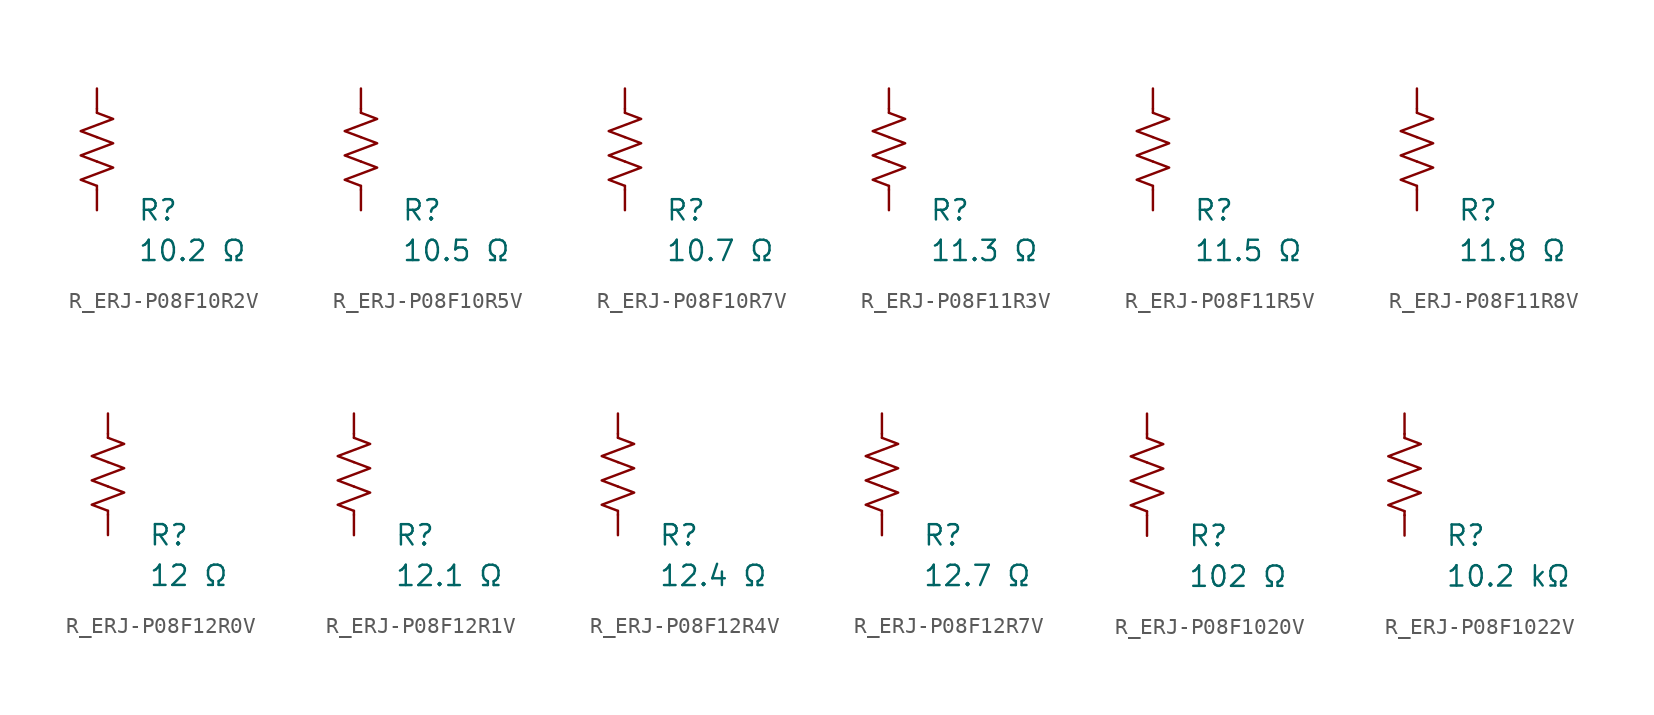
<source format=kicad_sym>
(kicad_symbol_lib
  (version 20231120)
  (generator "kicad_symbol_editor")
  (generator_version "8.0")
  (symbol "R_ERJ-P08F10R2V"
    (pin_numbers hide)
    (pin_names
      (offset 0))
    (property "Reference" "R"
      (at 2.54 -3.81 0)
      (effects (font (size 1.27 1.27)) (justify left))
      (show_name no))
    (property "Value" "10.2 Ω"
      (at 2.54 -6.35 0)
      (effects (font (size 1.27 1.27)) (justify left))
      (show_name no))
    (symbol "R_ERJ-P08F10R2V_0_1"
      (polyline (pts (xy 0 -2.286) (xy 0 -2.54)) (stroke (width 0) (type default)) (fill (type none)))
      (polyline (pts (xy 0 2.286) (xy 0 2.54)) (stroke (width 0) (type default)) (fill (type none)))
      (polyline (pts (xy 0 -0.762) (xy 1.016 -1.143) (xy 0 -1.524) (xy -1.016 -1.905) (xy 0 -2.286)) (stroke (width 0) (type default)) (fill (type none)))
      (polyline (pts (xy 0 0.762) (xy 1.016 0.381) (xy 0 0) (xy -1.016 -0.381) (xy 0 -0.762)) (stroke (width 0) (type default)) (fill (type none)))
      (polyline (pts (xy 0 2.286) (xy 1.016 1.905) (xy 0 1.524) (xy -1.016 1.143) (xy 0 0.762)) (stroke (width 0) (type default)) (fill (type none))))
    (symbol "R_ERJ-P08F10R2V_1_1"
      (pin passive line (at 0 3.81 270) (length 1.27) (name "~" (effects (font (size 1.27 1.27)))) (number "1" (effects (font (size 1.27 1.27)))))
      (pin passive line (at 0 -3.81 90) (length 1.27) (name "~" (effects (font (size 1.27 1.27)))) (number "2" (effects (font (size 1.27 1.27)))))))
  (symbol "R_ERJ-P08F10R5V"
    (pin_numbers hide)
    (pin_names
      (offset 0))
    (property "Reference" "R"
      (at 2.54 -3.81 0)
      (effects (font (size 1.27 1.27)) (justify left))
      (show_name no))
    (property "Value" "10.5 Ω"
      (at 2.54 -6.35 0)
      (effects (font (size 1.27 1.27)) (justify left))
      (show_name no))
    (symbol "R_ERJ-P08F10R5V_0_1"
      (polyline (pts (xy 0 -2.286) (xy 0 -2.54)) (stroke (width 0) (type default)) (fill (type none)))
      (polyline (pts (xy 0 2.286) (xy 0 2.54)) (stroke (width 0) (type default)) (fill (type none)))
      (polyline (pts (xy 0 -0.762) (xy 1.016 -1.143) (xy 0 -1.524) (xy -1.016 -1.905) (xy 0 -2.286)) (stroke (width 0) (type default)) (fill (type none)))
      (polyline (pts (xy 0 0.762) (xy 1.016 0.381) (xy 0 0) (xy -1.016 -0.381) (xy 0 -0.762)) (stroke (width 0) (type default)) (fill (type none)))
      (polyline (pts (xy 0 2.286) (xy 1.016 1.905) (xy 0 1.524) (xy -1.016 1.143) (xy 0 0.762)) (stroke (width 0) (type default)) (fill (type none))))
    (symbol "R_ERJ-P08F10R5V_1_1"
      (pin passive line (at 0 3.81 270) (length 1.27) (name "~" (effects (font (size 1.27 1.27)))) (number "1" (effects (font (size 1.27 1.27)))))
      (pin passive line (at 0 -3.81 90) (length 1.27) (name "~" (effects (font (size 1.27 1.27)))) (number "2" (effects (font (size 1.27 1.27)))))))
  (symbol "R_ERJ-P08F10R7V"
    (pin_numbers hide)
    (pin_names
      (offset 0))
    (property "Reference" "R"
      (at 2.54 -3.81 0)
      (effects (font (size 1.27 1.27)) (justify left))
      (show_name no))
    (property "Value" "10.7 Ω"
      (at 2.54 -6.35 0)
      (effects (font (size 1.27 1.27)) (justify left))
      (show_name no))
    (symbol "R_ERJ-P08F10R7V_0_1"
      (polyline (pts (xy 0 -2.286) (xy 0 -2.54)) (stroke (width 0) (type default)) (fill (type none)))
      (polyline (pts (xy 0 2.286) (xy 0 2.54)) (stroke (width 0) (type default)) (fill (type none)))
      (polyline (pts (xy 0 -0.762) (xy 1.016 -1.143) (xy 0 -1.524) (xy -1.016 -1.905) (xy 0 -2.286)) (stroke (width 0) (type default)) (fill (type none)))
      (polyline (pts (xy 0 0.762) (xy 1.016 0.381) (xy 0 0) (xy -1.016 -0.381) (xy 0 -0.762)) (stroke (width 0) (type default)) (fill (type none)))
      (polyline (pts (xy 0 2.286) (xy 1.016 1.905) (xy 0 1.524) (xy -1.016 1.143) (xy 0 0.762)) (stroke (width 0) (type default)) (fill (type none))))
    (symbol "R_ERJ-P08F10R7V_1_1"
      (pin passive line (at 0 3.81 270) (length 1.27) (name "~" (effects (font (size 1.27 1.27)))) (number "1" (effects (font (size 1.27 1.27)))))
      (pin passive line (at 0 -3.81 90) (length 1.27) (name "~" (effects (font (size 1.27 1.27)))) (number "2" (effects (font (size 1.27 1.27)))))))
  (symbol "R_ERJ-P08F11R3V"
    (pin_numbers hide)
    (pin_names
      (offset 0))
    (property "Reference" "R"
      (at 2.54 -3.81 0)
      (effects (font (size 1.27 1.27)) (justify left))
      (show_name no))
    (property "Value" "11.3 Ω"
      (at 2.54 -6.35 0)
      (effects (font (size 1.27 1.27)) (justify left))
      (show_name no))
    (symbol "R_ERJ-P08F11R3V_0_1"
      (polyline (pts (xy 0 -2.286) (xy 0 -2.54)) (stroke (width 0) (type default)) (fill (type none)))
      (polyline (pts (xy 0 2.286) (xy 0 2.54)) (stroke (width 0) (type default)) (fill (type none)))
      (polyline (pts (xy 0 -0.762) (xy 1.016 -1.143) (xy 0 -1.524) (xy -1.016 -1.905) (xy 0 -2.286)) (stroke (width 0) (type default)) (fill (type none)))
      (polyline (pts (xy 0 0.762) (xy 1.016 0.381) (xy 0 0) (xy -1.016 -0.381) (xy 0 -0.762)) (stroke (width 0) (type default)) (fill (type none)))
      (polyline (pts (xy 0 2.286) (xy 1.016 1.905) (xy 0 1.524) (xy -1.016 1.143) (xy 0 0.762)) (stroke (width 0) (type default)) (fill (type none))))
    (symbol "R_ERJ-P08F11R3V_1_1"
      (pin passive line (at 0 3.81 270) (length 1.27) (name "~" (effects (font (size 1.27 1.27)))) (number "1" (effects (font (size 1.27 1.27)))))
      (pin passive line (at 0 -3.81 90) (length 1.27) (name "~" (effects (font (size 1.27 1.27)))) (number "2" (effects (font (size 1.27 1.27)))))))
  (symbol "R_ERJ-P08F11R5V"
    (pin_numbers hide)
    (pin_names
      (offset 0))
    (property "Reference" "R"
      (at 2.54 -3.81 0)
      (effects (font (size 1.27 1.27)) (justify left))
      (show_name no))
    (property "Value" "11.5 Ω"
      (at 2.54 -6.35 0)
      (effects (font (size 1.27 1.27)) (justify left))
      (show_name no))
    (symbol "R_ERJ-P08F11R5V_0_1"
      (polyline (pts (xy 0 -2.286) (xy 0 -2.54)) (stroke (width 0) (type default)) (fill (type none)))
      (polyline (pts (xy 0 2.286) (xy 0 2.54)) (stroke (width 0) (type default)) (fill (type none)))
      (polyline (pts (xy 0 -0.762) (xy 1.016 -1.143) (xy 0 -1.524) (xy -1.016 -1.905) (xy 0 -2.286)) (stroke (width 0) (type default)) (fill (type none)))
      (polyline (pts (xy 0 0.762) (xy 1.016 0.381) (xy 0 0) (xy -1.016 -0.381) (xy 0 -0.762)) (stroke (width 0) (type default)) (fill (type none)))
      (polyline (pts (xy 0 2.286) (xy 1.016 1.905) (xy 0 1.524) (xy -1.016 1.143) (xy 0 0.762)) (stroke (width 0) (type default)) (fill (type none))))
    (symbol "R_ERJ-P08F11R5V_1_1"
      (pin passive line (at 0 3.81 270) (length 1.27) (name "~" (effects (font (size 1.27 1.27)))) (number "1" (effects (font (size 1.27 1.27)))))
      (pin passive line (at 0 -3.81 90) (length 1.27) (name "~" (effects (font (size 1.27 1.27)))) (number "2" (effects (font (size 1.27 1.27)))))))
  (symbol "R_ERJ-P08F11R8V"
    (pin_numbers hide)
    (pin_names
      (offset 0))
    (property "Reference" "R"
      (at 2.54 -3.81 0)
      (effects (font (size 1.27 1.27)) (justify left))
      (show_name no))
    (property "Value" "11.8 Ω"
      (at 2.54 -6.35 0)
      (effects (font (size 1.27 1.27)) (justify left))
      (show_name no))
    (symbol "R_ERJ-P08F11R8V_0_1"
      (polyline (pts (xy 0 -2.286) (xy 0 -2.54)) (stroke (width 0) (type default)) (fill (type none)))
      (polyline (pts (xy 0 2.286) (xy 0 2.54)) (stroke (width 0) (type default)) (fill (type none)))
      (polyline (pts (xy 0 -0.762) (xy 1.016 -1.143) (xy 0 -1.524) (xy -1.016 -1.905) (xy 0 -2.286)) (stroke (width 0) (type default)) (fill (type none)))
      (polyline (pts (xy 0 0.762) (xy 1.016 0.381) (xy 0 0) (xy -1.016 -0.381) (xy 0 -0.762)) (stroke (width 0) (type default)) (fill (type none)))
      (polyline (pts (xy 0 2.286) (xy 1.016 1.905) (xy 0 1.524) (xy -1.016 1.143) (xy 0 0.762)) (stroke (width 0) (type default)) (fill (type none))))
    (symbol "R_ERJ-P08F11R8V_1_1"
      (pin passive line (at 0 3.81 270) (length 1.27) (name "~" (effects (font (size 1.27 1.27)))) (number "1" (effects (font (size 1.27 1.27)))))
      (pin passive line (at 0 -3.81 90) (length 1.27) (name "~" (effects (font (size 1.27 1.27)))) (number "2" (effects (font (size 1.27 1.27)))))))
  (symbol "R_ERJ-P08F12R0V"
    (pin_numbers hide)
    (pin_names
      (offset 0))
    (property "Reference" "R"
      (at 2.54 -3.81 0)
      (effects (font (size 1.27 1.27)) (justify left))
      (show_name no))
    (property "Value" "12 Ω"
      (at 2.54 -6.35 0)
      (effects (font (size 1.27 1.27)) (justify left))
      (show_name no))
    (symbol "R_ERJ-P08F12R0V_0_1"
      (polyline (pts (xy 0 -2.286) (xy 0 -2.54)) (stroke (width 0) (type default)) (fill (type none)))
      (polyline (pts (xy 0 2.286) (xy 0 2.54)) (stroke (width 0) (type default)) (fill (type none)))
      (polyline (pts (xy 0 -0.762) (xy 1.016 -1.143) (xy 0 -1.524) (xy -1.016 -1.905) (xy 0 -2.286)) (stroke (width 0) (type default)) (fill (type none)))
      (polyline (pts (xy 0 0.762) (xy 1.016 0.381) (xy 0 0) (xy -1.016 -0.381) (xy 0 -0.762)) (stroke (width 0) (type default)) (fill (type none)))
      (polyline (pts (xy 0 2.286) (xy 1.016 1.905) (xy 0 1.524) (xy -1.016 1.143) (xy 0 0.762)) (stroke (width 0) (type default)) (fill (type none))))
    (symbol "R_ERJ-P08F12R0V_1_1"
      (pin passive line (at 0 3.81 270) (length 1.27) (name "~" (effects (font (size 1.27 1.27)))) (number "1" (effects (font (size 1.27 1.27)))))
      (pin passive line (at 0 -3.81 90) (length 1.27) (name "~" (effects (font (size 1.27 1.27)))) (number "2" (effects (font (size 1.27 1.27)))))))
  (symbol "R_ERJ-P08F12R1V"
    (pin_numbers hide)
    (pin_names
      (offset 0))
    (property "Reference" "R"
      (at 2.54 -3.81 0)
      (effects (font (size 1.27 1.27)) (justify left))
      (show_name no))
    (property "Value" "12.1 Ω"
      (at 2.54 -6.35 0)
      (effects (font (size 1.27 1.27)) (justify left))
      (show_name no))
    (symbol "R_ERJ-P08F12R1V_0_1"
      (polyline (pts (xy 0 -2.286) (xy 0 -2.54)) (stroke (width 0) (type default)) (fill (type none)))
      (polyline (pts (xy 0 2.286) (xy 0 2.54)) (stroke (width 0) (type default)) (fill (type none)))
      (polyline (pts (xy 0 -0.762) (xy 1.016 -1.143) (xy 0 -1.524) (xy -1.016 -1.905) (xy 0 -2.286)) (stroke (width 0) (type default)) (fill (type none)))
      (polyline (pts (xy 0 0.762) (xy 1.016 0.381) (xy 0 0) (xy -1.016 -0.381) (xy 0 -0.762)) (stroke (width 0) (type default)) (fill (type none)))
      (polyline (pts (xy 0 2.286) (xy 1.016 1.905) (xy 0 1.524) (xy -1.016 1.143) (xy 0 0.762)) (stroke (width 0) (type default)) (fill (type none))))
    (symbol "R_ERJ-P08F12R1V_1_1"
      (pin passive line (at 0 3.81 270) (length 1.27) (name "~" (effects (font (size 1.27 1.27)))) (number "1" (effects (font (size 1.27 1.27)))))
      (pin passive line (at 0 -3.81 90) (length 1.27) (name "~" (effects (font (size 1.27 1.27)))) (number "2" (effects (font (size 1.27 1.27)))))))
  (symbol "R_ERJ-P08F12R4V"
    (pin_numbers hide)
    (pin_names
      (offset 0))
    (property "Reference" "R"
      (at 2.54 -3.81 0)
      (effects (font (size 1.27 1.27)) (justify left))
      (show_name no))
    (property "Value" "12.4 Ω"
      (at 2.54 -6.35 0)
      (effects (font (size 1.27 1.27)) (justify left))
      (show_name no))
    (symbol "R_ERJ-P08F12R4V_0_1"
      (polyline (pts (xy 0 -2.286) (xy 0 -2.54)) (stroke (width 0) (type default)) (fill (type none)))
      (polyline (pts (xy 0 2.286) (xy 0 2.54)) (stroke (width 0) (type default)) (fill (type none)))
      (polyline (pts (xy 0 -0.762) (xy 1.016 -1.143) (xy 0 -1.524) (xy -1.016 -1.905) (xy 0 -2.286)) (stroke (width 0) (type default)) (fill (type none)))
      (polyline (pts (xy 0 0.762) (xy 1.016 0.381) (xy 0 0) (xy -1.016 -0.381) (xy 0 -0.762)) (stroke (width 0) (type default)) (fill (type none)))
      (polyline (pts (xy 0 2.286) (xy 1.016 1.905) (xy 0 1.524) (xy -1.016 1.143) (xy 0 0.762)) (stroke (width 0) (type default)) (fill (type none))))
    (symbol "R_ERJ-P08F12R4V_1_1"
      (pin passive line (at 0 3.81 270) (length 1.27) (name "~" (effects (font (size 1.27 1.27)))) (number "1" (effects (font (size 1.27 1.27)))))
      (pin passive line (at 0 -3.81 90) (length 1.27) (name "~" (effects (font (size 1.27 1.27)))) (number "2" (effects (font (size 1.27 1.27)))))))
  (symbol "R_ERJ-P08F12R7V"
    (pin_numbers hide)
    (pin_names
      (offset 0))
    (property "Reference" "R"
      (at 2.54 -3.81 0)
      (effects (font (size 1.27 1.27)) (justify left))
      (show_name no))
    (property "Value" "12.7 Ω"
      (at 2.54 -6.35 0)
      (effects (font (size 1.27 1.27)) (justify left))
      (show_name no))
    (symbol "R_ERJ-P08F12R7V_0_1"
      (polyline (pts (xy 0 -2.286) (xy 0 -2.54)) (stroke (width 0) (type default)) (fill (type none)))
      (polyline (pts (xy 0 2.286) (xy 0 2.54)) (stroke (width 0) (type default)) (fill (type none)))
      (polyline (pts (xy 0 -0.762) (xy 1.016 -1.143) (xy 0 -1.524) (xy -1.016 -1.905) (xy 0 -2.286)) (stroke (width 0) (type default)) (fill (type none)))
      (polyline (pts (xy 0 0.762) (xy 1.016 0.381) (xy 0 0) (xy -1.016 -0.381) (xy 0 -0.762)) (stroke (width 0) (type default)) (fill (type none)))
      (polyline (pts (xy 0 2.286) (xy 1.016 1.905) (xy 0 1.524) (xy -1.016 1.143) (xy 0 0.762)) (stroke (width 0) (type default)) (fill (type none))))
    (symbol "R_ERJ-P08F12R7V_1_1"
      (pin passive line (at 0 3.81 270) (length 1.27) (name "~" (effects (font (size 1.27 1.27)))) (number "1" (effects (font (size 1.27 1.27)))))
      (pin passive line (at 0 -3.81 90) (length 1.27) (name "~" (effects (font (size 1.27 1.27)))) (number "2" (effects (font (size 1.27 1.27)))))))
  (symbol "R_ERJ-P08F1020V"
    (pin_numbers hide)
    (pin_names
      (offset 0))
    (property "Reference" "R"
      (at 2.54 -3.81 0)
      (effects (font (size 1.27 1.27)) (justify left))
      (show_name no))
    (property "Value" "102 Ω"
      (at 2.54 -6.35 0)
      (effects (font (size 1.27 1.27)) (justify left))
      (show_name no))
    (symbol "R_ERJ-P08F1020V_0_1"
      (polyline (pts (xy 0 -2.286) (xy 0 -2.54)) (stroke (width 0) (type default)) (fill (type none)))
      (polyline (pts (xy 0 2.286) (xy 0 2.54)) (stroke (width 0) (type default)) (fill (type none)))
      (polyline (pts (xy 0 -0.762) (xy 1.016 -1.143) (xy 0 -1.524) (xy -1.016 -1.905) (xy 0 -2.286)) (stroke (width 0) (type default)) (fill (type none)))
      (polyline (pts (xy 0 0.762) (xy 1.016 0.381) (xy 0 0) (xy -1.016 -0.381) (xy 0 -0.762)) (stroke (width 0) (type default)) (fill (type none)))
      (polyline (pts (xy 0 2.286) (xy 1.016 1.905) (xy 0 1.524) (xy -1.016 1.143) (xy 0 0.762)) (stroke (width 0) (type default)) (fill (type none))))
    (symbol "R_ERJ-P08F1020V_1_1"
      (pin passive line (at 0 3.81 270) (length 1.27) (name "~" (effects (font (size 1.27 1.27)))) (number "1" (effects (font (size 1.27 1.27)))))
      (pin passive line (at 0 -3.81 90) (length 1.27) (name "~" (effects (font (size 1.27 1.27)))) (number "2" (effects (font (size 1.27 1.27)))))))
  (symbol "R_ERJ-P08F1022V"
    (pin_numbers hide)
    (pin_names
      (offset 0))
    (property "Reference" "R"
      (at 2.54 -3.81 0)
      (effects (font (size 1.27 1.27)) (justify left))
      (show_name no))
    (property "Value" "10.2 kΩ"
      (at 2.54 -6.35 0)
      (effects (font (size 1.27 1.27)) (justify left))
      (show_name no))
    (symbol "R_ERJ-P08F1022V_0_1"
      (polyline (pts (xy 0 -2.286) (xy 0 -2.54)) (stroke (width 0) (type default)) (fill (type none)))
      (polyline (pts (xy 0 2.286) (xy 0 2.54)) (stroke (width 0) (type default)) (fill (type none)))
      (polyline (pts (xy 0 -0.762) (xy 1.016 -1.143) (xy 0 -1.524) (xy -1.016 -1.905) (xy 0 -2.286)) (stroke (width 0) (type default)) (fill (type none)))
      (polyline (pts (xy 0 0.762) (xy 1.016 0.381) (xy 0 0) (xy -1.016 -0.381) (xy 0 -0.762)) (stroke (width 0) (type default)) (fill (type none)))
      (polyline (pts (xy 0 2.286) (xy 1.016 1.905) (xy 0 1.524) (xy -1.016 1.143) (xy 0 0.762)) (stroke (width 0) (type default)) (fill (type none))))
    (symbol "R_ERJ-P08F1022V_1_1"
      (pin passive line (at 0 3.81 270) (length 1.27) (name "~" (effects (font (size 1.27 1.27)))) (number "1" (effects (font (size 1.27 1.27)))))
      (pin passive line (at 0 -3.81 90) (length 1.27) (name "~" (effects (font (size 1.27 1.27)))) (number "2" (effects (font (size 1.27 1.27))))))))
</source>
